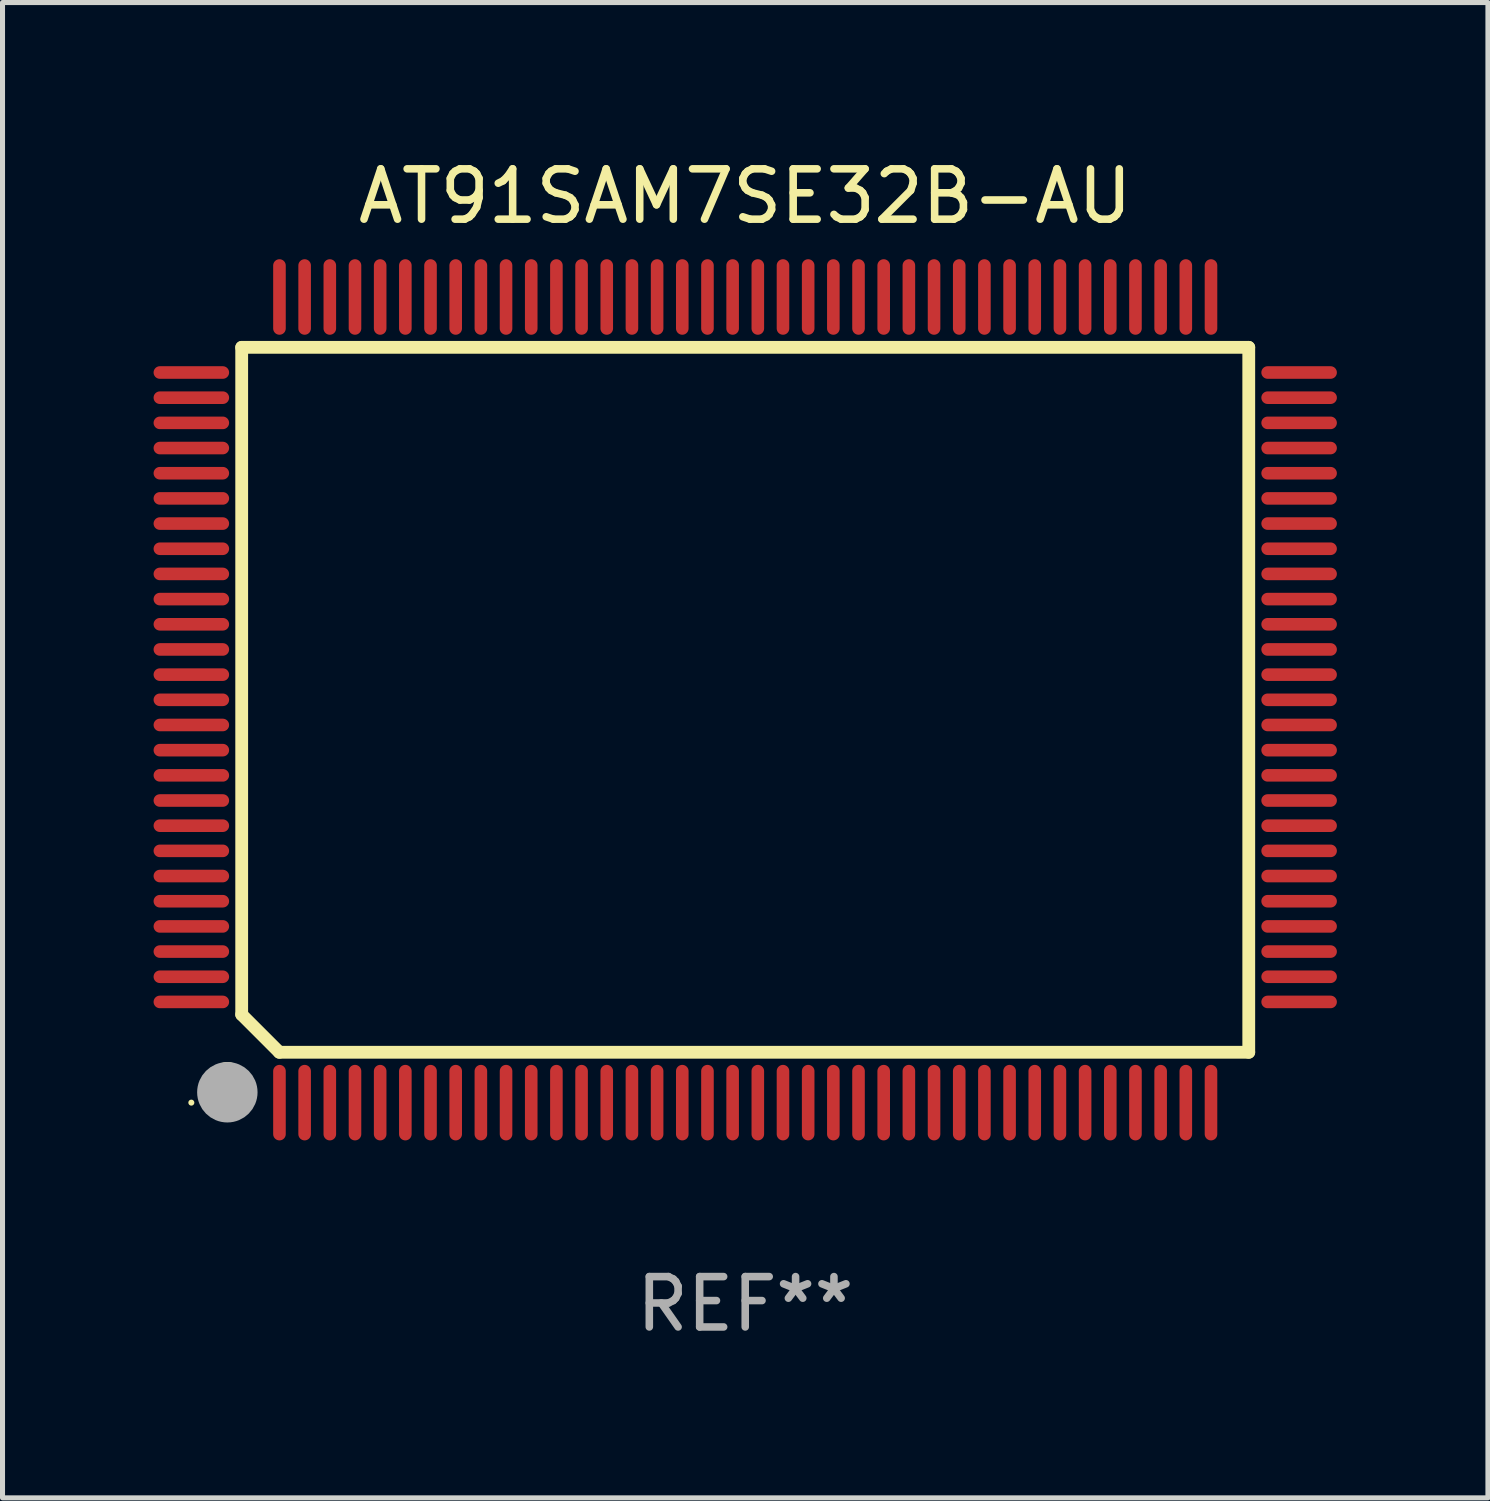
<source format=kicad_pcb>
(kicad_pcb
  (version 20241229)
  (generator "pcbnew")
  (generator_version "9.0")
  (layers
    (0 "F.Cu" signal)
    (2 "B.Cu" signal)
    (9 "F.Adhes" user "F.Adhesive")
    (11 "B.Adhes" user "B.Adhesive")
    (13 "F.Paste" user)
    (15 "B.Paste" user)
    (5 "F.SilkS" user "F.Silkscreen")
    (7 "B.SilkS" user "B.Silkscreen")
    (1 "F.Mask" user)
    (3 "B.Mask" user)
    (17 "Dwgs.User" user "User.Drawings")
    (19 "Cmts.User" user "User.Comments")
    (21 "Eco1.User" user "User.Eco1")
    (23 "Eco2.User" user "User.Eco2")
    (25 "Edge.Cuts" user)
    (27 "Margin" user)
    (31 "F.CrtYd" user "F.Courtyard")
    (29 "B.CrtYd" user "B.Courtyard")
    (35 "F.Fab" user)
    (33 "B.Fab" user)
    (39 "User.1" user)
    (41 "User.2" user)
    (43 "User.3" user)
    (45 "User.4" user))
  (footprint "AT91SAM7SE32B-AU"
    (layer "F.Cu")
    (at 11.75 10.848)
    (property "Reference" "AT91SAM7SE32B-AU" (at 0 -10 0) (layer "F.SilkS") (effects (font (size 1 1) (thickness 0.15))))
    (attr through_hole)
    (fp_line (start -10 -7) (end -10 6.25) (stroke (width 0.254) (type solid)) (layer "F.SilkS"))
    (fp_line (start -10 -7) (end 10 -7) (stroke (width 0.254) (type solid)) (layer "F.SilkS"))
    (fp_line (start -9.252 7) (end -10 6.252) (stroke (width 0.254) (type solid)) (layer "F.SilkS"))
    (fp_line (start 10 -7) (end 10 7) (stroke (width 0.254) (type solid)) (layer "F.SilkS"))
    (fp_line (start 10 7) (end -9.252 7) (stroke (width 0.254) (type solid)) (layer "F.SilkS"))
    (fp_arc (start -10.287021 7.493015) (mid -10.284481 7.493004) (end -10.281941 7.493015) (stroke (width 0.6) (type solid)) (layer "F.SilkS"))
    (fp_circle (center -11 8) (end -10.97 8) (stroke (width 0.06) (type solid)) (fill no) (layer "F.SilkS"))
    (fp_circle (center -10.285 7.794) (end -9.985 7.794) (stroke (width 0.6) (type solid)) (fill no) (layer "F.Fab"))
    (fp_text user "REF**" (at 0 12 0) (layer "F.Fab") (effects (font (size 1 1) (thickness 0.15))))
    (pad "1" smd oval (at -9.25 8) (size 0.25 1.5) (layers "F.Cu" "F.Mask" "F.Paste"))
    (pad "2" smd oval (at -8.75 8) (size 0.25 1.5) (layers "F.Cu" "F.Mask" "F.Paste"))
    (pad "3" smd oval (at -8.25 8) (size 0.25 1.5) (layers "F.Cu" "F.Mask" "F.Paste"))
    (pad "4" smd oval (at -7.75 8) (size 0.25 1.5) (layers "F.Cu" "F.Mask" "F.Paste"))
    (pad "5" smd oval (at -7.25 8) (size 0.25 1.5) (layers "F.Cu" "F.Mask" "F.Paste"))
    (pad "6" smd oval (at -6.75 8) (size 0.25 1.5) (layers "F.Cu" "F.Mask" "F.Paste"))
    (pad "7" smd oval (at -6.25 8) (size 0.25 1.5) (layers "F.Cu" "F.Mask" "F.Paste"))
    (pad "8" smd oval (at -5.75 8) (size 0.25 1.5) (layers "F.Cu" "F.Mask" "F.Paste"))
    (pad "9" smd oval (at -5.25 8) (size 0.25 1.5) (layers "F.Cu" "F.Mask" "F.Paste"))
    (pad "10" smd oval (at -4.75 8) (size 0.25 1.5) (layers "F.Cu" "F.Mask" "F.Paste"))
    (pad "11" smd oval (at -4.25 8) (size 0.25 1.5) (layers "F.Cu" "F.Mask" "F.Paste"))
    (pad "12" smd oval (at -3.75 8) (size 0.25 1.5) (layers "F.Cu" "F.Mask" "F.Paste"))
    (pad "13" smd oval (at -3.25 8) (size 0.25 1.5) (layers "F.Cu" "F.Mask" "F.Paste"))
    (pad "14" smd oval (at -2.75 8) (size 0.25 1.5) (layers "F.Cu" "F.Mask" "F.Paste"))
    (pad "15" smd oval (at -2.25 8) (size 0.25 1.5) (layers "F.Cu" "F.Mask" "F.Paste"))
    (pad "16" smd oval (at -1.75 8) (size 0.25 1.5) (layers "F.Cu" "F.Mask" "F.Paste"))
    (pad "17" smd oval (at -1.25 8) (size 0.25 1.5) (layers "F.Cu" "F.Mask" "F.Paste"))
    (pad "18" smd oval (at -0.75 8) (size 0.25 1.5) (layers "F.Cu" "F.Mask" "F.Paste"))
    (pad "19" smd oval (at -0.25 8) (size 0.25 1.5) (layers "F.Cu" "F.Mask" "F.Paste"))
    (pad "20" smd oval (at 0.25 8) (size 0.25 1.5) (layers "F.Cu" "F.Mask" "F.Paste"))
    (pad "21" smd oval (at 0.75 8) (size 0.25 1.5) (layers "F.Cu" "F.Mask" "F.Paste"))
    (pad "22" smd oval (at 1.25 8) (size 0.25 1.5) (layers "F.Cu" "F.Mask" "F.Paste"))
    (pad "23" smd oval (at 1.75 8) (size 0.25 1.5) (layers "F.Cu" "F.Mask" "F.Paste"))
    (pad "24" smd oval (at 2.25 8) (size 0.25 1.5) (layers "F.Cu" "F.Mask" "F.Paste"))
    (pad "25" smd oval (at 2.75 8) (size 0.25 1.5) (layers "F.Cu" "F.Mask" "F.Paste"))
    (pad "26" smd oval (at 3.25 8) (size 0.25 1.5) (layers "F.Cu" "F.Mask" "F.Paste"))
    (pad "27" smd oval (at 3.75 8) (size 0.25 1.5) (layers "F.Cu" "F.Mask" "F.Paste"))
    (pad "28" smd oval (at 4.25 8) (size 0.25 1.5) (layers "F.Cu" "F.Mask" "F.Paste"))
    (pad "29" smd oval (at 4.75 8) (size 0.25 1.5) (layers "F.Cu" "F.Mask" "F.Paste"))
    (pad "30" smd oval (at 5.25 8) (size 0.25 1.5) (layers "F.Cu" "F.Mask" "F.Paste"))
    (pad "31" smd oval (at 5.75 8) (size 0.25 1.5) (layers "F.Cu" "F.Mask" "F.Paste"))
    (pad "32" smd oval (at 6.25 8) (size 0.25 1.5) (layers "F.Cu" "F.Mask" "F.Paste"))
    (pad "33" smd oval (at 6.75 8 180) (size 0.25 1.5) (layers "F.Cu" "F.Mask" "F.Paste"))
    (pad "34" smd oval (at 7.25 8 180) (size 0.25 1.5) (layers "F.Cu" "F.Mask" "F.Paste"))
    (pad "35" smd oval (at 7.75 8 180) (size 0.25 1.5) (layers "F.Cu" "F.Mask" "F.Paste"))
    (pad "36" smd oval (at 8.25 8 180) (size 0.25 1.5) (layers "F.Cu" "F.Mask" "F.Paste"))
    (pad "37" smd oval (at 8.75 8 180) (size 0.25 1.5) (layers "F.Cu" "F.Mask" "F.Paste"))
    (pad "38" smd oval (at 9.25 8 180) (size 0.25 1.5) (layers "F.Cu" "F.Mask" "F.Paste"))
    (pad "39" smd oval (at 11 6 270) (size 0.25 1.5) (layers "F.Cu" "F.Mask" "F.Paste"))
    (pad "40" smd oval (at 11 5.5 270) (size 0.25 1.5) (layers "F.Cu" "F.Mask" "F.Paste"))
    (pad "41" smd oval (at 11 5 270) (size 0.25 1.5) (layers "F.Cu" "F.Mask" "F.Paste"))
    (pad "42" smd oval (at 11 4.5 270) (size 0.25 1.5) (layers "F.Cu" "F.Mask" "F.Paste"))
    (pad "43" smd oval (at 11 4 270) (size 0.25 1.5) (layers "F.Cu" "F.Mask" "F.Paste"))
    (pad "44" smd oval (at 11 3.5 270) (size 0.25 1.5) (layers "F.Cu" "F.Mask" "F.Paste"))
    (pad "45" smd oval (at 11 3 270) (size 0.25 1.5) (layers "F.Cu" "F.Mask" "F.Paste"))
    (pad "46" smd oval (at 11 2.5 270) (size 0.25 1.5) (layers "F.Cu" "F.Mask" "F.Paste"))
    (pad "47" smd oval (at 11 2 270) (size 0.25 1.5) (layers "F.Cu" "F.Mask" "F.Paste"))
    (pad "48" smd oval (at 11 1.5 270) (size 0.25 1.5) (layers "F.Cu" "F.Mask" "F.Paste"))
    (pad "49" smd oval (at 11 1 270) (size 0.25 1.5) (layers "F.Cu" "F.Mask" "F.Paste"))
    (pad "50" smd oval (at 11 0.5 270) (size 0.25 1.5) (layers "F.Cu" "F.Mask" "F.Paste"))
    (pad "51" smd oval (at 11 0 270) (size 0.25 1.5) (layers "F.Cu" "F.Mask" "F.Paste"))
    (pad "52" smd oval (at 11 -0.5 270) (size 0.25 1.5) (layers "F.Cu" "F.Mask" "F.Paste"))
    (pad "53" smd oval (at 11 -1 270) (size 0.25 1.5) (layers "F.Cu" "F.Mask" "F.Paste"))
    (pad "54" smd oval (at 11 -1.5 270) (size 0.25 1.5) (layers "F.Cu" "F.Mask" "F.Paste"))
    (pad "55" smd oval (at 11 -2 270) (size 0.25 1.5) (layers "F.Cu" "F.Mask" "F.Paste"))
    (pad "56" smd oval (at 11 -2.5 270) (size 0.25 1.5) (layers "F.Cu" "F.Mask" "F.Paste"))
    (pad "57" smd oval (at 11 -3 270) (size 0.25 1.5) (layers "F.Cu" "F.Mask" "F.Paste"))
    (pad "58" smd oval (at 11 -3.5 270) (size 0.25 1.5) (layers "F.Cu" "F.Mask" "F.Paste"))
    (pad "59" smd oval (at 11 -4 270) (size 0.25 1.5) (layers "F.Cu" "F.Mask" "F.Paste"))
    (pad "60" smd oval (at 11 -4.5 270) (size 0.25 1.5) (layers "F.Cu" "F.Mask" "F.Paste"))
    (pad "61" smd oval (at 11 -5 270) (size 0.25 1.5) (layers "F.Cu" "F.Mask" "F.Paste"))
    (pad "62" smd oval (at 11 -5.5 270) (size 0.25 1.5) (layers "F.Cu" "F.Mask" "F.Paste"))
    (pad "63" smd oval (at 11 -6 270) (size 0.25 1.5) (layers "F.Cu" "F.Mask" "F.Paste"))
    (pad "64" smd oval (at 11 -6.5 270) (size 0.25 1.5) (layers "F.Cu" "F.Mask" "F.Paste"))
    (pad "65" smd oval (at 9.25 -8 180) (size 0.25 1.5) (layers "F.Cu" "F.Mask" "F.Paste"))
    (pad "66" smd oval (at 8.75 -8 180) (size 0.25 1.5) (layers "F.Cu" "F.Mask" "F.Paste"))
    (pad "67" smd oval (at 8.25 -8 180) (size 0.25 1.5) (layers "F.Cu" "F.Mask" "F.Paste"))
    (pad "68" smd oval (at 7.75 -8 180) (size 0.25 1.5) (layers "F.Cu" "F.Mask" "F.Paste"))
    (pad "69" smd oval (at 7.25 -8 180) (size 0.25 1.5) (layers "F.Cu" "F.Mask" "F.Paste"))
    (pad "70" smd oval (at 6.75 -8 180) (size 0.25 1.5) (layers "F.Cu" "F.Mask" "F.Paste"))
    (pad "71" smd oval (at 6.25 -8 180) (size 0.25 1.5) (layers "F.Cu" "F.Mask" "F.Paste"))
    (pad "72" smd oval (at 5.75 -8 180) (size 0.25 1.5) (layers "F.Cu" "F.Mask" "F.Paste"))
    (pad "73" smd oval (at 5.25 -8 180) (size 0.25 1.5) (layers "F.Cu" "F.Mask" "F.Paste"))
    (pad "74" smd oval (at 4.75 -8 180) (size 0.25 1.5) (layers "F.Cu" "F.Mask" "F.Paste"))
    (pad "75" smd oval (at 4.25 -8 180) (size 0.25 1.5) (layers "F.Cu" "F.Mask" "F.Paste"))
    (pad "76" smd oval (at 3.75 -8 180) (size 0.25 1.5) (layers "F.Cu" "F.Mask" "F.Paste"))
    (pad "77" smd oval (at 3.25 -8 180) (size 0.25 1.5) (layers "F.Cu" "F.Mask" "F.Paste"))
    (pad "78" smd oval (at 2.75 -8 180) (size 0.25 1.5) (layers "F.Cu" "F.Mask" "F.Paste"))
    (pad "79" smd oval (at 2.25 -8 180) (size 0.25 1.5) (layers "F.Cu" "F.Mask" "F.Paste"))
    (pad "80" smd oval (at 1.75 -8 180) (size 0.25 1.5) (layers "F.Cu" "F.Mask" "F.Paste"))
    (pad "81" smd oval (at 1.25 -8 180) (size 0.25 1.5) (layers "F.Cu" "F.Mask" "F.Paste"))
    (pad "82" smd oval (at 0.75 -8 180) (size 0.25 1.5) (layers "F.Cu" "F.Mask" "F.Paste"))
    (pad "83" smd oval (at 0.25 -8 180) (size 0.25 1.5) (layers "F.Cu" "F.Mask" "F.Paste"))
    (pad "84" smd oval (at -0.25 -8 180) (size 0.25 1.5) (layers "F.Cu" "F.Mask" "F.Paste"))
    (pad "85" smd oval (at -0.75 -8 180) (size 0.25 1.5) (layers "F.Cu" "F.Mask" "F.Paste"))
    (pad "86" smd oval (at -1.25 -8 180) (size 0.25 1.5) (layers "F.Cu" "F.Mask" "F.Paste"))
    (pad "87" smd oval (at -1.75 -8 180) (size 0.25 1.5) (layers "F.Cu" "F.Mask" "F.Paste"))
    (pad "88" smd oval (at -2.25 -8 180) (size 0.25 1.5) (layers "F.Cu" "F.Mask" "F.Paste"))
    (pad "89" smd oval (at -2.75 -8 180) (size 0.25 1.5) (layers "F.Cu" "F.Mask" "F.Paste"))
    (pad "90" smd oval (at -3.25 -8 180) (size 0.25 1.5) (layers "F.Cu" "F.Mask" "F.Paste"))
    (pad "91" smd oval (at -3.75 -8 180) (size 0.25 1.5) (layers "F.Cu" "F.Mask" "F.Paste"))
    (pad "92" smd oval (at -4.25 -8 180) (size 0.25 1.5) (layers "F.Cu" "F.Mask" "F.Paste"))
    (pad "93" smd oval (at -4.75 -8 180) (size 0.25 1.5) (layers "F.Cu" "F.Mask" "F.Paste"))
    (pad "94" smd oval (at -5.25 -8 180) (size 0.25 1.5) (layers "F.Cu" "F.Mask" "F.Paste"))
    (pad "95" smd oval (at -5.75 -8 180) (size 0.25 1.5) (layers "F.Cu" "F.Mask" "F.Paste"))
    (pad "96" smd oval (at -6.25 -8 180) (size 0.25 1.5) (layers "F.Cu" "F.Mask" "F.Paste"))
    (pad "97" smd oval (at -6.75 -8 180) (size 0.25 1.5) (layers "F.Cu" "F.Mask" "F.Paste"))
    (pad "98" smd oval (at -7.25 -8 180) (size 0.25 1.5) (layers "F.Cu" "F.Mask" "F.Paste"))
    (pad "99" smd oval (at -7.75 -8 180) (size 0.25 1.5) (layers "F.Cu" "F.Mask" "F.Paste"))
    (pad "100" smd oval (at -8.25 -8 180) (size 0.25 1.5) (layers "F.Cu" "F.Mask" "F.Paste"))
    (pad "101" smd oval (at -8.75 -8 180) (size 0.25 1.5) (layers "F.Cu" "F.Mask" "F.Paste"))
    (pad "102" smd oval (at -9.25 -8) (size 0.25 1.5) (layers "F.Cu" "F.Mask" "F.Paste"))
    (pad "103" smd oval (at -11 -6.5 270) (size 0.25 1.5) (layers "F.Cu" "F.Mask" "F.Paste"))
    (pad "104" smd oval (at -11 -6 270) (size 0.25 1.5) (layers "F.Cu" "F.Mask" "F.Paste"))
    (pad "105" smd oval (at -11 -5.5 270) (size 0.25 1.5) (layers "F.Cu" "F.Mask" "F.Paste"))
    (pad "106" smd oval (at -11 -5 270) (size 0.25 1.5) (layers "F.Cu" "F.Mask" "F.Paste"))
    (pad "107" smd oval (at -11 -4.5 270) (size 0.25 1.5) (layers "F.Cu" "F.Mask" "F.Paste"))
    (pad "108" smd oval (at -11 -4 270) (size 0.25 1.5) (layers "F.Cu" "F.Mask" "F.Paste"))
    (pad "109" smd oval (at -11 -3.5 270) (size 0.25 1.5) (layers "F.Cu" "F.Mask" "F.Paste"))
    (pad "110" smd oval (at -11 -3 270) (size 0.25 1.5) (layers "F.Cu" "F.Mask" "F.Paste"))
    (pad "111" smd oval (at -11 -2.5 270) (size 0.25 1.5) (layers "F.Cu" "F.Mask" "F.Paste"))
    (pad "112" smd oval (at -11 -2 270) (size 0.25 1.5) (layers "F.Cu" "F.Mask" "F.Paste"))
    (pad "113" smd oval (at -11 -1.5 270) (size 0.25 1.5) (layers "F.Cu" "F.Mask" "F.Paste"))
    (pad "114" smd oval (at -11 -1 270) (size 0.25 1.5) (layers "F.Cu" "F.Mask" "F.Paste"))
    (pad "115" smd oval (at -11 -0.5 270) (size 0.25 1.5) (layers "F.Cu" "F.Mask" "F.Paste"))
    (pad "116" smd oval (at -11 0 270) (size 0.25 1.5) (layers "F.Cu" "F.Mask" "F.Paste"))
    (pad "117" smd oval (at -11 0.5 270) (size 0.25 1.5) (layers "F.Cu" "F.Mask" "F.Paste"))
    (pad "118" smd oval (at -11 1 270) (size 0.25 1.5) (layers "F.Cu" "F.Mask" "F.Paste"))
    (pad "119" smd oval (at -11 1.5 270) (size 0.25 1.5) (layers "F.Cu" "F.Mask" "F.Paste"))
    (pad "120" smd oval (at -11 2 270) (size 0.25 1.5) (layers "F.Cu" "F.Mask" "F.Paste"))
    (pad "121" smd oval (at -11 2.5 270) (size 0.25 1.5) (layers "F.Cu" "F.Mask" "F.Paste"))
    (pad "122" smd oval (at -11 3 270) (size 0.25 1.5) (layers "F.Cu" "F.Mask" "F.Paste"))
    (pad "123" smd oval (at -11 3.5 270) (size 0.25 1.5) (layers "F.Cu" "F.Mask" "F.Paste"))
    (pad "124" smd oval (at -11 4 270) (size 0.25 1.5) (layers "F.Cu" "F.Mask" "F.Paste"))
    (pad "125" smd oval (at -11 4.5 270) (size 0.25 1.5) (layers "F.Cu" "F.Mask" "F.Paste"))
    (pad "126" smd oval (at -11 5 270) (size 0.25 1.5) (layers "F.Cu" "F.Mask" "F.Paste"))
    (pad "127" smd oval (at -11 5.5 270) (size 0.25 1.5) (layers "F.Cu" "F.Mask" "F.Paste"))
    (pad "128" smd oval (at -11 6 270) (size 0.25 1.5) (layers "F.Cu" "F.Mask" "F.Paste")))
  (gr_rect
    (start -3 -3)
    (end 26.5 26.697)
    (stroke (width 0.1) (type default))
    (fill no)
    (layer "Edge.Cuts")))
</source>
